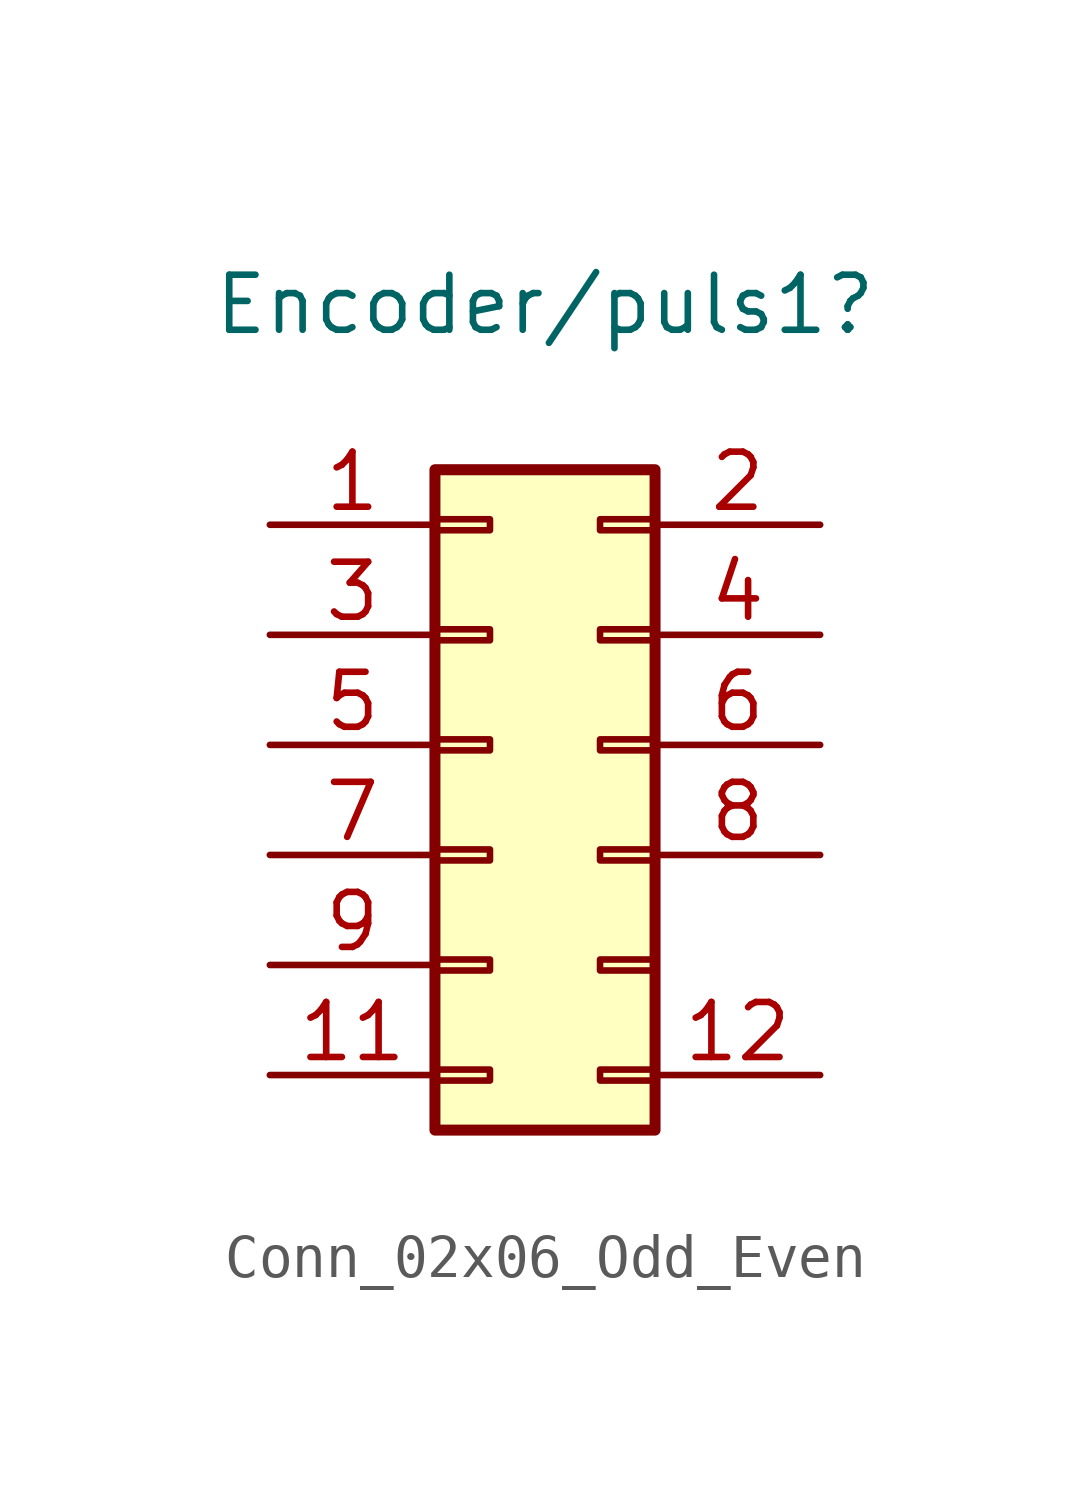
<source format=kicad_sym>
(kicad_symbol_lib
  (version 20211014)
  (generator kicad_symbol_editor)
  (symbol "Conn_02x06_Odd_Even"
    (pin_names
      (offset 1.016) hide)
    (property "Reference" "Encoder/puls1"
      (at 1.27 10.16 0)
      (effects (font (size 1.27 1.27))))
    (symbol "Conn_02x06_Odd_Even_1_1"
      (rectangle (start -1.27 -7.493) (end 0 -7.747) (stroke (width 0.152) (type default) (color 0 0 0 0)) (fill (type none)))
      (rectangle (start -1.27 -4.953) (end 0 -5.207) (stroke (width 0.152) (type default) (color 0 0 0 0)) (fill (type none)))
      (rectangle (start -1.27 -2.413) (end 0 -2.667) (stroke (width 0.152) (type default) (color 0 0 0 0)) (fill (type none)))
      (rectangle (start -1.27 0.127) (end 0 -0.127) (stroke (width 0.152) (type default) (color 0 0 0 0)) (fill (type none)))
      (rectangle (start -1.27 2.667) (end 0 2.413) (stroke (width 0.152) (type default) (color 0 0 0 0)) (fill (type none)))
      (rectangle (start -1.27 5.207) (end 0 4.953) (stroke (width 0.152) (type default) (color 0 0 0 0)) (fill (type none)))
      (rectangle (start -1.27 6.35) (end 3.81 -8.89) (stroke (width 0.254) (type default) (color 0 0 0 0)) (fill (type background)))
      (rectangle (start 3.81 -7.493) (end 2.54 -7.747) (stroke (width 0.152) (type default) (color 0 0 0 0)) (fill (type none)))
      (rectangle (start 3.81 -4.953) (end 2.54 -5.207) (stroke (width 0.152) (type default) (color 0 0 0 0)) (fill (type none)))
      (rectangle (start 3.81 -2.413) (end 2.54 -2.667) (stroke (width 0.152) (type default) (color 0 0 0 0)) (fill (type none)))
      (rectangle (start 3.81 0.127) (end 2.54 -0.127) (stroke (width 0.152) (type default) (color 0 0 0 0)) (fill (type none)))
      (rectangle (start 3.81 2.667) (end 2.54 2.413) (stroke (width 0.152) (type default) (color 0 0 0 0)) (fill (type none)))
      (rectangle (start 3.81 5.207) (end 2.54 4.953) (stroke (width 0.152) (type default) (color 0 0 0 0)) (fill (type none)))
      (pin passive line (at -5.08 5.08 0) (length 3.81) (name "Pin_1" (effects (font (size 1.27 1.27)))) (number "1" (effects (font (size 1.27 1.27)))))
      (pin passive line (at -5.08 -7.62 0) (length 3.81) (name "Pin_11" (effects (font (size 1.27 1.27)))) (number "11" (effects (font (size 1.27 1.27)))))
      (pin passive line (at 7.62 -7.62 180) (length 3.81) (name "Pin_12" (effects (font (size 1.27 1.27)))) (number "12" (effects (font (size 1.27 1.27)))))
      (pin passive line (at 7.62 5.08 180) (length 3.81) (name "Pin_2" (effects (font (size 1.27 1.27)))) (number "2" (effects (font (size 1.27 1.27)))))
      (pin passive line (at -5.08 2.54 0) (length 3.81) (name "Pin_3" (effects (font (size 1.27 1.27)))) (number "3" (effects (font (size 1.27 1.27)))))
      (pin passive line (at 7.62 2.54 180) (length 3.81) (name "Pin_4" (effects (font (size 1.27 1.27)))) (number "4" (effects (font (size 1.27 1.27)))))
      (pin passive line (at -5.08 0 0) (length 3.81) (name "Pin_5" (effects (font (size 1.27 1.27)))) (number "5" (effects (font (size 1.27 1.27)))))
      (pin passive line (at 7.62 0 180) (length 3.81) (name "Pin_6" (effects (font (size 1.27 1.27)))) (number "6" (effects (font (size 1.27 1.27)))))
      (pin passive line (at -5.08 -2.54 0) (length 3.81) (name "Pin_7" (effects (font (size 1.27 1.27)))) (number "7" (effects (font (size 1.27 1.27)))))
      (pin passive line (at 7.62 -2.54 180) (length 3.81) (name "Pin_8" (effects (font (size 1.27 1.27)))) (number "8" (effects (font (size 1.27 1.27)))))
      (pin passive line (at -5.08 -5.08 0) (length 3.81) (name "Pin_9" (effects (font (size 1.27 1.27)))) (number "9" (effects (font (size 1.27 1.27))))))))
</source>
